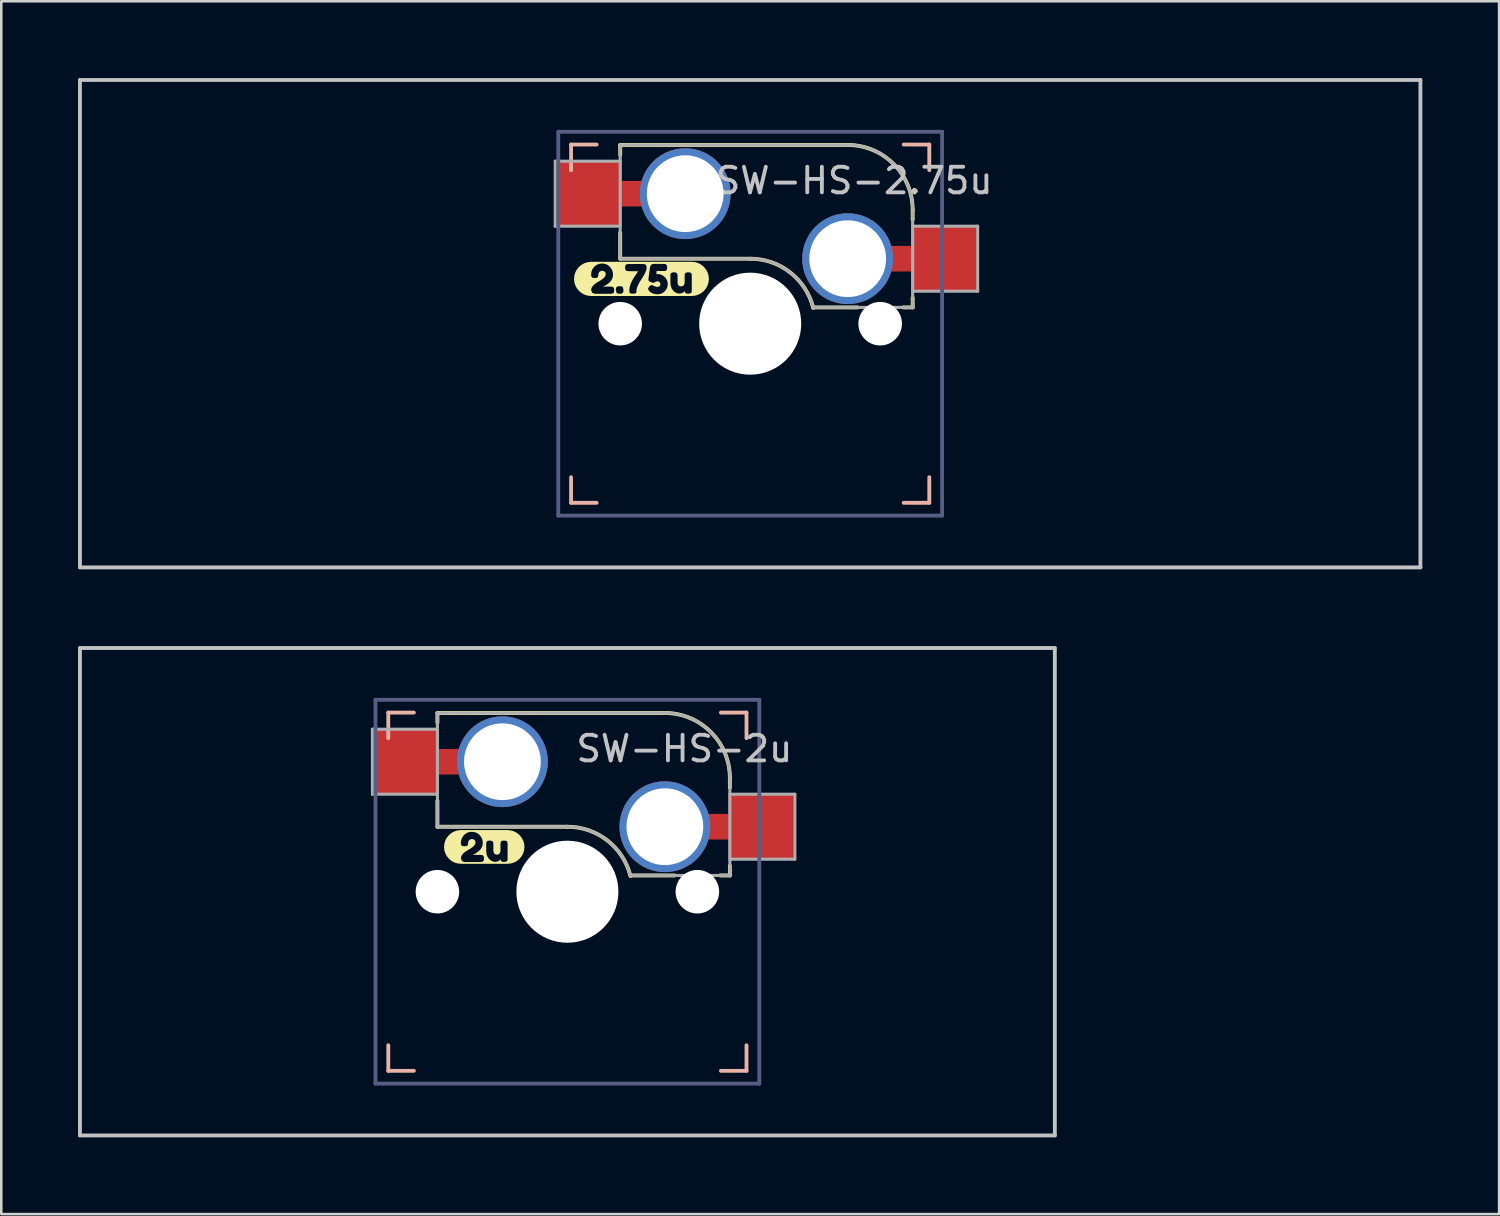
<source format=kicad_pcb>
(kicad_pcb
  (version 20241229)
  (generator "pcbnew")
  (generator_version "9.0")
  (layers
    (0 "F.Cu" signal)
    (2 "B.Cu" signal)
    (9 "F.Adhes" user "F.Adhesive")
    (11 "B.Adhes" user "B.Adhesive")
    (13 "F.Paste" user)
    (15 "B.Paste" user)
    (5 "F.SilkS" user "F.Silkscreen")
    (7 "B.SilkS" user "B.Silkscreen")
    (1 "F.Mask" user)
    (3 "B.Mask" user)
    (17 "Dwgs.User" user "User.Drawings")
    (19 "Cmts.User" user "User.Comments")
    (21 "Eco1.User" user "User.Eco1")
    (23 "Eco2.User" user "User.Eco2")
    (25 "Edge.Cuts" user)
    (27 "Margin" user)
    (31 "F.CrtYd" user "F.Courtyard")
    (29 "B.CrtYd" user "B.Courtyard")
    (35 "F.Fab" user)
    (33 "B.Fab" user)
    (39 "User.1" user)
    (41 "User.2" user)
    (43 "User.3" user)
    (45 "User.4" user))
  (footprint "SW-HS-2.75u"
    (layer "F.Cu")
    (at 26.269 9.6)
    (property "Reference" "SW-HS-2.75u" (at 4.064 -5.588 0) (layer "Dwgs.User") (effects (font (size 1 1) (thickness 0.15))))
    (attr through_hole)
    (fp_line (start -5.08 -6.985) (end -5.08 -6.604) (stroke (width 0.15) (type solid)) (layer "F.SilkS"))
    (fp_line (start -5.08 -3.556) (end -5.08 -2.54) (stroke (width 0.15) (type solid)) (layer "F.SilkS"))
    (fp_line (start -5.08 -2.54) (end 0 -2.54) (stroke (width 0.15) (type solid)) (layer "F.SilkS"))
    (fp_line (start 2.464 -0.635) (end 4.191 -0.635) (stroke (width 0.15) (type solid)) (layer "F.SilkS"))
    (fp_line (start 3.81 -6.985) (end -5.08 -6.985) (stroke (width 0.15) (type solid)) (layer "F.SilkS"))
    (fp_line (start 5.969 -0.635) (end 6.35 -0.635) (stroke (width 0.15) (type solid)) (layer "F.SilkS"))
    (fp_line (start 6.35 -4.445) (end 6.35 -4.064) (stroke (width 0.15) (type solid)) (layer "F.SilkS"))
    (fp_line (start 6.35 -1.016) (end 6.35 -0.635) (stroke (width 0.15) (type solid)) (layer "F.SilkS"))
    (fp_arc (start 0 -2.54) (mid 1.563147 -2.002042) (end 2.464162 -0.61604) (stroke (width 0.15) (type solid)) (layer "F.SilkS"))
    (fp_arc (start 3.81 -6.985) (mid 5.606051 -6.241051) (end 6.35 -4.445) (stroke (width 0.15) (type solid)) (layer "F.SilkS"))
    (fp_poly (pts (xy -6.217 -2.418) (xy -6.217 -2.418) (xy -6.347 -2.405) (xy -6.473 -2.367) (xy -6.588 -2.305) (xy -6.689 -2.222) (xy -6.772 -2.121) (xy -6.834 -2.006) (xy -6.872 -1.88) (xy -6.885 -1.75) (xy -6.872 -1.62) (xy -6.834 -1.494) (xy -6.772 -1.379) (xy -6.689 -1.278) (xy -6.588 -1.195) (xy -6.473 -1.133) (xy -6.347 -1.095) (xy -6.217 -1.082) (xy -6.217 -1.082) (xy -5.457 -1.082) (xy -5.457 -1.167) (xy -6.077 -1.167) (xy -6.176 -1.21) (xy -6.217 -1.31) (xy -6.202 -1.393) (xy -6.157 -1.468) (xy -6.092 -1.535) (xy -6.014 -1.592) (xy -5.93 -1.643) (xy -5.845 -1.694) (xy -5.767 -1.747) (xy -5.702 -1.807) (xy -5.657 -1.873) (xy -5.642 -1.942) (xy -5.653 -1.983) (xy -5.678 -2.025) (xy -5.72 -2.056) (xy -5.799 -2.071) (xy -5.888 -2.033) (xy -5.93 -1.96) (xy -5.936 -1.923) (xy -5.936 -1.914) (xy -5.938 -1.861) (xy -5.953 -1.821) (xy -5.996 -1.793) (xy -6.077 -1.783) (xy -6.166 -1.798) (xy -6.209 -1.844) (xy -6.217 -1.925) (xy -6.204 -2.031) (xy -6.164 -2.13) (xy -6.099 -2.221) (xy -6.012 -2.293) (xy -5.908 -2.337) (xy -5.789 -2.352) (xy -5.67 -2.337) (xy -5.566 -2.293) (xy -5.479 -2.219) (xy -5.413 -2.127) (xy -5.373 -2.026) (xy -5.36 -1.917) (xy -5.37 -1.829) (xy -5.399 -1.745) (xy -5.443 -1.672) (xy -5.495 -1.615) (xy -5.606 -1.527) (xy -5.704 -1.474) (xy -5.744 -1.458) (xy -5.744 -1.45) (xy -5.453 -1.45) (xy -5.36 -1.435) (xy -5.323 -1.389) (xy -5.314 -1.308) (xy -5.324 -1.228) (xy -5.358 -1.186) (xy -5.457 -1.167) (xy -5.457 -1.082) (xy -5.092 -1.082) (xy -5.092 -1.169) (xy -5.172 -1.177) (xy -5.219 -1.199) (xy -5.25 -1.313) (xy -5.25 -1.32) (xy -5.248 -1.375) (xy -5.233 -1.418) (xy -5.191 -1.454) (xy -5.113 -1.466) (xy -5.032 -1.458) (xy -4.98 -1.433) (xy -4.953 -1.321) (xy -4.953 -1.315) (xy -4.956 -1.259) (xy -4.972 -1.215) (xy -5.014 -1.18) (xy -5.092 -1.169) (xy -5.092 -1.082) (xy -4.585 -1.082) (xy -4.585 -1.171) (xy -4.665 -1.177) (xy -4.707 -1.202) (xy -4.722 -1.238) (xy -4.725 -1.291) (xy -4.716 -1.396) (xy -4.69 -1.503) (xy -4.651 -1.606) (xy -4.606 -1.698) (xy -4.556 -1.78) (xy -4.507 -1.856) (xy -4.462 -1.923) (xy -4.423 -1.979) (xy -4.388 -2.052) (xy -4.75 -2.052) (xy -4.842 -2.067) (xy -4.88 -2.114) (xy -4.89 -2.193) (xy -4.88 -2.272) (xy -4.85 -2.314) (xy -4.758 -2.333) (xy -4.186 -2.333) (xy -4.098 -2.318) (xy -4.056 -2.272) (xy -4.047 -2.183) (xy -4.057 -2.112) (xy -4.088 -2.025) (xy -4.134 -1.932) (xy -4.187 -1.839) (xy -4.245 -1.746) (xy -4.304 -1.653) (xy -4.365 -1.545) (xy -4.409 -1.448) (xy -4.435 -1.363) (xy -4.444 -1.288) (xy -4.447 -1.236) (xy -4.463 -1.202) (xy -4.505 -1.177) (xy -4.585 -1.171) (xy -4.585 -1.082) (xy -3.62 -1.082) (xy -3.62 -1.148) (xy -3.715 -1.157) (xy -3.804 -1.181) (xy -3.886 -1.223) (xy -3.926 -1.253) (xy -3.939 -1.264) (xy -3.999 -1.359) (xy -3.94 -1.463) (xy -3.848 -1.515) (xy -3.742 -1.464) (xy -3.643 -1.431) (xy -3.538 -1.461) (xy -3.504 -1.544) (xy -3.541 -1.629) (xy -3.626 -1.66) (xy -3.702 -1.631) (xy -3.789 -1.594) (xy -3.889 -1.625) (xy -3.963 -1.673) (xy -3.98 -1.712) (xy -3.972 -1.786) (xy -3.948 -1.967) (xy -3.924 -2.146) (xy -3.915 -2.212) (xy -3.904 -2.245) (xy -3.881 -2.288) (xy -3.84 -2.322) (xy -3.775 -2.337) (xy -3.534 -2.336) (xy -3.385 -2.336) (xy -3.329 -2.333) (xy -3.288 -2.318) (xy -3.256 -2.275) (xy -3.245 -2.191) (xy -3.255 -2.115) (xy -3.285 -2.075) (xy -3.324 -2.06) (xy -3.375 -2.058) (xy -3.653 -2.058) (xy -3.669 -1.937) (xy -3.613 -1.94) (xy -3.516 -1.928) (xy -3.426 -1.89) (xy -3.342 -1.827) (xy -3.275 -1.746) (xy -3.235 -1.653) (xy -3.221 -1.549) (xy -3.234 -1.445) (xy -3.272 -1.351) (xy -3.336 -1.267) (xy -3.418 -1.201) (xy -3.513 -1.161) (xy -3.62 -1.148) (xy -3.62 -1.082) (xy -2.423 -1.082) (xy -2.423 -1.172) (xy -2.501 -1.182) (xy -2.542 -1.21) (xy -2.558 -1.275) (xy -2.586 -1.244) (xy -2.629 -1.209) (xy -2.747 -1.174) (xy -2.847 -1.187) (xy -2.936 -1.228) (xy -3.013 -1.295) (xy -3.071 -1.382) (xy -3.106 -1.481) (xy -3.118 -1.591) (xy -3.118 -1.869) (xy -3.116 -1.925) (xy -3.102 -1.966) (xy -3.06 -1.998) (xy -2.978 -2.009) (xy -2.89 -1.994) (xy -2.848 -1.948) (xy -2.839 -1.867) (xy -2.839 -1.59) (xy -2.801 -1.488) (xy -2.701 -1.452) (xy -2.6 -1.49) (xy -2.561 -1.59) (xy -2.561 -1.871) (xy -2.559 -1.925) (xy -2.543 -1.967) (xy -2.503 -1.998) (xy -2.421 -2.009) (xy -2.341 -1.998) (xy -2.299 -1.966) (xy -2.285 -1.924) (xy -2.283 -1.869) (xy -2.283 -1.307) (xy -2.285 -1.254) (xy -2.301 -1.213) (xy -2.343 -1.182) (xy -2.423 -1.172) (xy -2.423 -1.082) (xy -2.283 -1.082) (xy -2.283 -1.082) (xy -2.153 -1.095) (xy -2.027 -1.133) (xy -1.912 -1.195) (xy -1.811 -1.278) (xy -1.728 -1.379) (xy -1.666 -1.494) (xy -1.628 -1.62) (xy -1.615 -1.75) (xy -1.628 -1.88) (xy -1.666 -2.006) (xy -1.728 -2.121) (xy -1.811 -2.222) (xy -1.912 -2.305) (xy -2.027 -2.367) (xy -2.153 -2.405) (xy -2.283 -2.418) (xy -2.283 -2.418) (xy -6.217 -2.418)) (stroke (width 0) (type solid)) (fill yes) (layer "F.SilkS"))
    (fp_line (start -7 -7) (end -7 -6) (stroke (width 0.15) (type solid)) (layer "B.SilkS"))
    (fp_line (start -7 -7) (end -6 -7) (stroke (width 0.15) (type solid)) (layer "B.SilkS"))
    (fp_line (start -7 6) (end -7 7) (stroke (width 0.15) (type solid)) (layer "B.SilkS"))
    (fp_line (start -6 7) (end -7 7) (stroke (width 0.15) (type solid)) (layer "B.SilkS"))
    (fp_line (start 6 -7) (end 7 -7) (stroke (width 0.15) (type solid)) (layer "B.SilkS"))
    (fp_line (start 7 -6) (end 7 -7) (stroke (width 0.15) (type solid)) (layer "B.SilkS"))
    (fp_line (start 7 7) (end 6 7) (stroke (width 0.15) (type solid)) (layer "B.SilkS"))
    (fp_line (start 7 7) (end 7 6) (stroke (width 0.15) (type solid)) (layer "B.SilkS"))
    (fp_line (start -26.194 -9.525) (end 26.194 -9.525) (stroke (width 0.15) (type solid)) (layer "Dwgs.User"))
    (fp_line (start -26.194 9.525) (end -26.194 -9.525) (stroke (width 0.15) (type solid)) (layer "Dwgs.User"))
    (fp_line (start 26.194 -9.525) (end 26.194 9.525) (stroke (width 0.15) (type solid)) (layer "Dwgs.User"))
    (fp_line (start 26.194 9.525) (end -26.194 9.525) (stroke (width 0.15) (type solid)) (layer "Dwgs.User"))
    (fp_rect (start -25.74 -9) (end 25.66 9) (stroke (width 0.12) (type solid)) (fill no) (layer "Eco2.User"))
    (fp_line (start -7.5 -7.5) (end -7.5 7.5) (stroke (width 0.15) (type solid)) (layer "B.Fab"))
    (fp_line (start -7.5 7.5) (end 7.5 7.5) (stroke (width 0.15) (type solid)) (layer "B.Fab"))
    (fp_line (start 7.5 -7.5) (end -7.5 -7.5) (stroke (width 0.15) (type solid)) (layer "B.Fab"))
    (fp_line (start 7.5 7.5) (end 7.5 -7.5) (stroke (width 0.15) (type solid)) (layer "B.Fab"))
    (fp_line (start -7.62 -6.35) (end -7.62 -3.81) (stroke (width 0.12) (type solid)) (layer "F.Fab"))
    (fp_line (start -7.62 -3.81) (end -5.08 -3.81) (stroke (width 0.12) (type solid)) (layer "F.Fab"))
    (fp_line (start -5.08 -6.985) (end -5.08 -2.54) (stroke (width 0.12) (type solid)) (layer "F.Fab"))
    (fp_line (start -5.08 -6.35) (end -7.62 -6.35) (stroke (width 0.12) (type solid)) (layer "F.Fab"))
    (fp_line (start -5.08 -2.54) (end 0 -2.54) (stroke (width 0.12) (type solid)) (layer "F.Fab"))
    (fp_line (start 3.81 -6.985) (end -5.08 -6.985) (stroke (width 0.12) (type solid)) (layer "F.Fab"))
    (fp_line (start 6.35 -1.27) (end 8.89 -1.27) (stroke (width 0.12) (type solid)) (layer "F.Fab"))
    (fp_line (start 6.35 -0.635) (end 2.54 -0.635) (stroke (width 0.12) (type solid)) (layer "F.Fab"))
    (fp_line (start 6.35 -0.635) (end 6.35 -4.445) (stroke (width 0.12) (type solid)) (layer "F.Fab"))
    (fp_line (start 8.89 -3.81) (end 6.35 -3.81) (stroke (width 0.12) (type solid)) (layer "F.Fab"))
    (fp_line (start 8.89 -1.27) (end 8.89 -3.81) (stroke (width 0.12) (type solid)) (layer "F.Fab"))
    (fp_arc (start 0 -2.54) (mid 1.563147 -2.002042) (end 2.464162 -0.61604) (stroke (width 0.12) (type solid)) (layer "F.Fab"))
    (fp_arc (start 3.81 -6.985) (mid 5.606051 -6.241051) (end 6.35 -4.445) (stroke (width 0.12) (type solid)) (layer "F.Fab"))
    (pad "" np_thru_hole circle (at -5.08 0) (size 1.7 1.7) (drill 1.7) (layers "*.Cu" "*.Mask"))
    (pad "" np_thru_hole circle (at 0 0) (size 3.988 3.988) (drill 3.988) (layers "*.Cu" "*.Mask"))
    (pad "" np_thru_hole circle (at 5.08 0) (size 1.702 1.702) (drill 1.702) (layers "*.Cu" "*.Mask"))
    (pad "1" thru_hole circle (at 3.81 -2.54) (size 3.55 3.55) (drill 3) (layers "*.Cu"))
    (pad "1" connect rect (at 5.715 -2.54 270) (size 1 2.5) (layers "F.Cu"))
    (pad "1" smd rect (at 7.56 -2.54) (size 2.55 2.5) (layers "F.Cu" "F.Mask" "F.Paste"))
    (pad "2" smd rect (at -6.29 -5.08) (size 2.55 2.5) (layers "F.Cu" "F.Mask" "F.Paste"))
    (pad "2" connect rect (at -5.015 -5.08 90) (size 1 2.5) (layers "F.Cu"))
    (pad "2" thru_hole circle (at -2.54 -5.08) (size 3.55 3.55) (drill 3) (layers "*.Cu")))
  (footprint "SW-HS-2u"
    (layer "F.Cu")
    (at 19.125 31.8)
    (property "Reference" "SW-HS-2u" (at 4.572 -5.588 0) (layer "Dwgs.User") (effects (font (size 1 1) (thickness 0.15))))
    (attr through_hole)
    (fp_line (start -5.08 -6.985) (end -5.08 -6.604) (stroke (width 0.15) (type solid)) (layer "F.SilkS"))
    (fp_line (start -5.08 -3.556) (end -5.08 -2.54) (stroke (width 0.15) (type solid)) (layer "F.SilkS"))
    (fp_line (start -5.08 -2.54) (end 0 -2.54) (stroke (width 0.15) (type solid)) (layer "F.SilkS"))
    (fp_line (start 2.464 -0.635) (end 4.191 -0.635) (stroke (width 0.15) (type solid)) (layer "F.SilkS"))
    (fp_line (start 3.81 -6.985) (end -5.08 -6.985) (stroke (width 0.15) (type solid)) (layer "F.SilkS"))
    (fp_line (start 5.969 -0.635) (end 6.35 -0.635) (stroke (width 0.15) (type solid)) (layer "F.SilkS"))
    (fp_line (start 6.35 -4.445) (end 6.35 -4.064) (stroke (width 0.15) (type solid)) (layer "F.SilkS"))
    (fp_line (start 6.35 -1.016) (end 6.35 -0.635) (stroke (width 0.15) (type solid)) (layer "F.SilkS"))
    (fp_arc (start 0 -2.54) (mid 1.563147 -2.002042) (end 2.464162 -0.61604) (stroke (width 0.15) (type solid)) (layer "F.SilkS"))
    (fp_arc (start 3.81 -6.985) (mid 5.606051 -6.241051) (end 6.35 -4.445) (stroke (width 0.15) (type solid)) (layer "F.SilkS"))
    (fp_poly (pts (xy -4.163 -2.408) (xy -4.163 -2.408) (xy -4.291 -2.396) (xy -4.415 -2.358) (xy -4.529 -2.297) (xy -4.628 -2.215) (xy -4.71 -2.116) (xy -4.771 -2.002) (xy -4.809 -1.878) (xy -4.821 -1.75) (xy -4.809 -1.622) (xy -4.771 -1.498) (xy -4.71 -1.384) (xy -4.628 -1.285) (xy -4.529 -1.203) (xy -4.415 -1.142) (xy -4.291 -1.104) (xy -4.163 -1.092) (xy -4.163 -1.092) (xy -3.402 -1.092) (xy -3.402 -1.158) (xy -4.023 -1.158) (xy -4.122 -1.201) (xy -4.163 -1.301) (xy -4.148 -1.383) (xy -4.103 -1.459) (xy -4.038 -1.526) (xy -3.96 -1.583) (xy -3.875 -1.634) (xy -3.791 -1.684) (xy -3.713 -1.737) (xy -3.648 -1.798) (xy -3.603 -1.863) (xy -3.588 -1.933) (xy -3.599 -1.973) (xy -3.624 -2.016) (xy -3.666 -2.047) (xy -3.745 -2.061) (xy -3.833 -2.024) (xy -3.875 -1.95) (xy -3.882 -1.914) (xy -3.882 -1.904) (xy -3.884 -1.852) (xy -3.899 -1.812) (xy -3.942 -1.783) (xy -4.023 -1.774) (xy -4.112 -1.789) (xy -4.155 -1.834) (xy -4.163 -1.915) (xy -4.15 -2.021) (xy -4.11 -2.12) (xy -4.045 -2.211) (xy -3.958 -2.284) (xy -3.854 -2.328) (xy -3.735 -2.342) (xy -3.615 -2.327) (xy -3.512 -2.283) (xy -3.425 -2.21) (xy -3.358 -2.117) (xy -3.319 -2.016) (xy -3.306 -1.907) (xy -3.315 -1.819) (xy -3.345 -1.736) (xy -3.389 -1.663) (xy -3.441 -1.606) (xy -3.552 -1.518) (xy -3.65 -1.464) (xy -3.69 -1.448) (xy -3.69 -1.44) (xy -3.399 -1.44) (xy -3.306 -1.425) (xy -3.269 -1.379) (xy -3.26 -1.298) (xy -3.27 -1.218) (xy -3.304 -1.177) (xy -3.402 -1.158) (xy -3.402 -1.092) (xy -2.477 -1.092) (xy -2.477 -1.163) (xy -2.555 -1.172) (xy -2.596 -1.201) (xy -2.612 -1.266) (xy -2.64 -1.234) (xy -2.683 -1.199) (xy -2.801 -1.164) (xy -2.902 -1.178) (xy -2.99 -1.218) (xy -3.067 -1.286) (xy -3.125 -1.373) (xy -3.16 -1.471) (xy -3.172 -1.582) (xy -3.172 -1.86) (xy -3.17 -1.915) (xy -3.156 -1.956) (xy -3.114 -1.989) (xy -3.033 -1.999) (xy -2.944 -1.984) (xy -2.902 -1.939) (xy -2.893 -1.858) (xy -2.893 -1.58) (xy -2.856 -1.479) (xy -2.755 -1.442) (xy -2.654 -1.48) (xy -2.615 -1.58) (xy -2.615 -1.861) (xy -2.613 -1.916) (xy -2.598 -1.958) (xy -2.557 -1.989) (xy -2.475 -1.999) (xy -2.395 -1.989) (xy -2.353 -1.956) (xy -2.34 -1.914) (xy -2.337 -1.86) (xy -2.337 -1.298) (xy -2.34 -1.244) (xy -2.355 -1.204) (xy -2.397 -1.173) (xy -2.477 -1.163) (xy -2.477 -1.092) (xy -2.337 -1.092) (xy -2.337 -1.092) (xy -2.209 -1.104) (xy -2.085 -1.142) (xy -1.971 -1.203) (xy -1.872 -1.285) (xy -1.79 -1.384) (xy -1.729 -1.498) (xy -1.691 -1.622) (xy -1.679 -1.75) (xy -1.691 -1.878) (xy -1.729 -2.002) (xy -1.79 -2.116) (xy -1.872 -2.215) (xy -1.971 -2.297) (xy -2.085 -2.358) (xy -2.209 -2.396) (xy -2.337 -2.408) (xy -2.337 -2.408) (xy -4.163 -2.408)) (stroke (width 0) (type solid)) (fill yes) (layer "F.SilkS"))
    (fp_line (start -7 -7) (end -7 -6) (stroke (width 0.15) (type solid)) (layer "B.SilkS"))
    (fp_line (start -7 -7) (end -6 -7) (stroke (width 0.15) (type solid)) (layer "B.SilkS"))
    (fp_line (start -7 6) (end -7 7) (stroke (width 0.15) (type solid)) (layer "B.SilkS"))
    (fp_line (start -6 7) (end -7 7) (stroke (width 0.15) (type solid)) (layer "B.SilkS"))
    (fp_line (start 6 -7) (end 7 -7) (stroke (width 0.15) (type solid)) (layer "B.SilkS"))
    (fp_line (start 7 -6) (end 7 -7) (stroke (width 0.15) (type solid)) (layer "B.SilkS"))
    (fp_line (start 7 7) (end 6 7) (stroke (width 0.15) (type solid)) (layer "B.SilkS"))
    (fp_line (start 7 7) (end 7 6) (stroke (width 0.15) (type solid)) (layer "B.SilkS"))
    (fp_line (start -19.05 -9.525) (end 19.05 -9.525) (stroke (width 0.15) (type solid)) (layer "Dwgs.User"))
    (fp_line (start -19.05 9.525) (end -19.05 -9.525) (stroke (width 0.15) (type solid)) (layer "Dwgs.User"))
    (fp_line (start 19.05 -9.525) (end 19.05 9.525) (stroke (width 0.15) (type solid)) (layer "Dwgs.User"))
    (fp_line (start 19.05 9.525) (end -19.05 9.525) (stroke (width 0.15) (type solid)) (layer "Dwgs.User"))
    (fp_rect (start -18.55 -9) (end 18.55 9) (stroke (width 0.12) (type solid)) (fill no) (layer "Eco2.User"))
    (fp_line (start -7.5 -7.5) (end -7.5 7.5) (stroke (width 0.15) (type solid)) (layer "B.Fab"))
    (fp_line (start -7.5 7.5) (end 7.5 7.5) (stroke (width 0.15) (type solid)) (layer "B.Fab"))
    (fp_line (start 7.5 -7.5) (end -7.5 -7.5) (stroke (width 0.15) (type solid)) (layer "B.Fab"))
    (fp_line (start 7.5 7.5) (end 7.5 -7.5) (stroke (width 0.15) (type solid)) (layer "B.Fab"))
    (fp_line (start -7.62 -6.35) (end -7.62 -3.81) (stroke (width 0.12) (type solid)) (layer "F.Fab"))
    (fp_line (start -7.62 -3.81) (end -5.08 -3.81) (stroke (width 0.12) (type solid)) (layer "F.Fab"))
    (fp_line (start -5.08 -6.985) (end -5.08 -2.54) (stroke (width 0.12) (type solid)) (layer "F.Fab"))
    (fp_line (start -5.08 -6.35) (end -7.62 -6.35) (stroke (width 0.12) (type solid)) (layer "F.Fab"))
    (fp_line (start -5.08 -2.54) (end 0 -2.54) (stroke (width 0.12) (type solid)) (layer "F.Fab"))
    (fp_line (start 3.81 -6.985) (end -5.08 -6.985) (stroke (width 0.12) (type solid)) (layer "F.Fab"))
    (fp_line (start 6.35 -1.27) (end 8.89 -1.27) (stroke (width 0.12) (type solid)) (layer "F.Fab"))
    (fp_line (start 6.35 -0.635) (end 2.54 -0.635) (stroke (width 0.12) (type solid)) (layer "F.Fab"))
    (fp_line (start 6.35 -0.635) (end 6.35 -4.445) (stroke (width 0.12) (type solid)) (layer "F.Fab"))
    (fp_line (start 8.89 -3.81) (end 6.35 -3.81) (stroke (width 0.12) (type solid)) (layer "F.Fab"))
    (fp_line (start 8.89 -1.27) (end 8.89 -3.81) (stroke (width 0.12) (type solid)) (layer "F.Fab"))
    (fp_arc (start 0 -2.54) (mid 1.563147 -2.002042) (end 2.464162 -0.61604) (stroke (width 0.12) (type solid)) (layer "F.Fab"))
    (fp_arc (start 3.81 -6.985) (mid 5.606051 -6.241051) (end 6.35 -4.445) (stroke (width 0.12) (type solid)) (layer "F.Fab"))
    (pad "" np_thru_hole circle (at -5.08 0) (size 1.7 1.7) (drill 1.7) (layers "*.Cu" "*.Mask"))
    (pad "" np_thru_hole circle (at 0 0) (size 3.988 3.988) (drill 3.988) (layers "*.Cu" "*.Mask"))
    (pad "" np_thru_hole circle (at 5.08 0) (size 1.702 1.702) (drill 1.702) (layers "*.Cu" "*.Mask"))
    (pad "1" thru_hole circle (at 3.81 -2.54) (size 3.55 3.55) (drill 3) (layers "*.Cu"))
    (pad "1" connect rect (at 5.715 -2.54 270) (size 1 2.5) (layers "F.Cu"))
    (pad "1" smd rect (at 7.56 -2.54) (size 2.55 2.5) (layers "F.Cu" "F.Mask" "F.Paste"))
    (pad "2" smd rect (at -6.29 -5.08) (size 2.55 2.5) (layers "F.Cu" "F.Mask" "F.Paste"))
    (pad "2" connect rect (at -5.015 -5.08 90) (size 1 2.5) (layers "F.Cu"))
    (pad "2" thru_hole circle (at -2.54 -5.08) (size 3.55 3.55) (drill 3) (layers "*.Cu")))
  (gr_rect
    (start -3 -3)
    (end 55.538 44.4)
    (stroke (width 0.1) (type default))
    (fill no)
    (layer "Edge.Cuts")))
</source>
